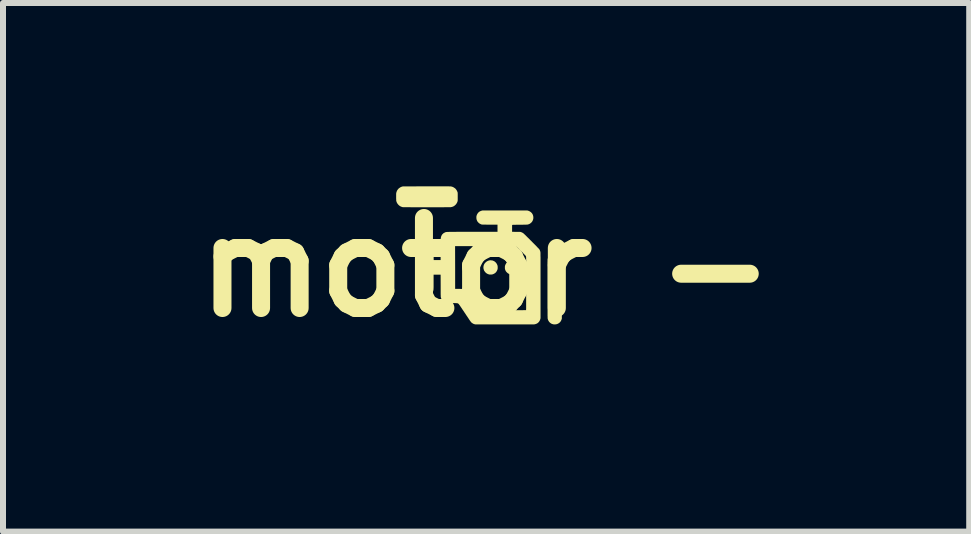
<source format=kicad_pcb>
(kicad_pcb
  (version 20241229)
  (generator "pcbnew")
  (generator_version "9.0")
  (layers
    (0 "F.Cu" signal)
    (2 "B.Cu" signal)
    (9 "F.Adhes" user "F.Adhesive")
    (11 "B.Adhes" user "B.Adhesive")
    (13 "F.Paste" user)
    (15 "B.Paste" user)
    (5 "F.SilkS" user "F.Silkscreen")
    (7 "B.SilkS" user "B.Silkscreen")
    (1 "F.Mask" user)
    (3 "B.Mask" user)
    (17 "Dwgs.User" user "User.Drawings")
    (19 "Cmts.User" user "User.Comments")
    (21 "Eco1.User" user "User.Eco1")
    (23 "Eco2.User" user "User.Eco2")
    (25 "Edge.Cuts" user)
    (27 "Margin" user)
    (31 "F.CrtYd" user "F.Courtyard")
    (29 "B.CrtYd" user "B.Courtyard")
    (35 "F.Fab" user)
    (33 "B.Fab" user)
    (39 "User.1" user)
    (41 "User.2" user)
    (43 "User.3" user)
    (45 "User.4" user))
  (footprint "motor -"
    (layer "F.Cu")
    (at 5.05 1.404)
    (property "Reference" "motor -" (at 0 0 0) (layer "F.SilkS") (effects (font (size 1.5 1.5) (thickness 0.3))))
    (attr board_only exclude_from_pos_files exclude_from_bom)
    (fp_poly (pts (xy -0.268 -0.116) (xy -0.251 -0.113) (xy -0.234 -0.107) (xy -0.218 -0.099) (xy -0.204 -0.089) (xy -0.191 -0.076) (xy -0.181 -0.062) (xy -0.172 -0.046) (xy -0.169 -0.037) (xy -0.164 -0.019) (xy -0.162 -0.001) (xy -0.163 0.016) (xy -0.166 0.033) (xy -0.171 0.049) (xy -0.179 0.064) (xy -0.188 0.078) (xy -0.2 0.09) (xy -0.213 0.101) (xy -0.228 0.11) (xy -0.245 0.116) (xy -0.256 0.119) (xy -0.267 0.121) (xy -0.279 0.121) (xy -0.292 0.121) (xy -0.303 0.119) (xy -0.31 0.118) (xy -0.326 0.113) (xy -0.342 0.104) (xy -0.357 0.094) (xy -0.37 0.082) (xy -0.381 0.067) (xy -0.39 0.052) (xy -0.397 0.035) (xy -0.397 0.035) (xy -0.398 0.03) (xy -0.399 0.025) (xy -0.4 0.02) (xy -0.4 0.013) (xy -0.4 0.005) (xy -0.4 0.004) (xy -0.4 -0.008) (xy -0.399 -0.017) (xy -0.398 -0.026) (xy -0.395 -0.034) (xy -0.392 -0.042) (xy -0.388 -0.05) (xy -0.379 -0.066) (xy -0.367 -0.08) (xy -0.354 -0.092) (xy -0.339 -0.102) (xy -0.323 -0.109) (xy -0.305 -0.114) (xy -0.287 -0.116) (xy -0.287 -0.116)) (stroke (width 0) (type solid)) (fill yes) (layer "F.SilkS"))
    (fp_poly (pts (xy 0.079 -0.117) (xy 0.081 -0.116) (xy 0.094 -0.115) (xy 0.104 -0.114) (xy 0.114 -0.111) (xy 0.124 -0.106) (xy 0.125 -0.106) (xy 0.142 -0.097) (xy 0.156 -0.085) (xy 0.168 -0.072) (xy 0.178 -0.057) (xy 0.186 -0.04) (xy 0.191 -0.026) (xy 0.192 -0.017) (xy 0.193 -0.005) (xy 0.193 0.007) (xy 0.193 0.018) (xy 0.191 0.029) (xy 0.189 0.038) (xy 0.182 0.055) (xy 0.173 0.071) (xy 0.162 0.085) (xy 0.149 0.097) (xy 0.134 0.106) (xy 0.118 0.114) (xy 0.101 0.119) (xy 0.092 0.12) (xy 0.083 0.121) (xy 0.072 0.121) (xy 0.062 0.121) (xy 0.054 0.12) (xy 0.051 0.119) (xy 0.033 0.114) (xy 0.016 0.106) (xy 0.001 0.096) (xy -0.012 0.084) (xy -0.023 0.07) (xy -0.033 0.055) (xy -0.039 0.038) (xy -0.04 0.034) (xy -0.043 0.025) (xy -0.044 0.014) (xy -0.045 0.002) (xy -0.044 -0.009) (xy -0.043 -0.018) (xy -0.039 -0.035) (xy -0.032 -0.051) (xy -0.023 -0.066) (xy -0.011 -0.079) (xy 0.002 -0.091) (xy 0.017 -0.101) (xy 0.033 -0.109) (xy 0.05 -0.114) (xy 0.053 -0.115) (xy 0.061 -0.116) (xy 0.07 -0.117)) (stroke (width 0) (type solid)) (fill yes) (layer "F.SilkS"))
    (fp_poly (pts (xy 0.443 -0.116) (xy 0.452 -0.115) (xy 0.461 -0.114) (xy 0.469 -0.111) (xy 0.477 -0.108) (xy 0.484 -0.105) (xy 0.5 -0.095) (xy 0.514 -0.084) (xy 0.525 -0.071) (xy 0.535 -0.056) (xy 0.538 -0.05) (xy 0.543 -0.038) (xy 0.547 -0.027) (xy 0.549 -0.016) (xy 0.55 -0.004) (xy 0.55 0.004) (xy 0.549 0.019) (xy 0.547 0.034) (xy 0.542 0.047) (xy 0.54 0.053) (xy 0.531 0.069) (xy 0.52 0.083) (xy 0.507 0.096) (xy 0.492 0.106) (xy 0.476 0.113) (xy 0.458 0.119) (xy 0.457 0.119) (xy 0.449 0.12) (xy 0.439 0.121) (xy 0.429 0.121) (xy 0.419 0.121) (xy 0.41 0.12) (xy 0.407 0.119) (xy 0.389 0.114) (xy 0.373 0.106) (xy 0.358 0.096) (xy 0.345 0.084) (xy 0.333 0.071) (xy 0.324 0.056) (xy 0.321 0.048) (xy 0.317 0.038) (xy 0.315 0.029) (xy 0.313 0.019) (xy 0.313 0.009) (xy 0.313 0.003) (xy 0.313 -0.009) (xy 0.314 -0.02) (xy 0.316 -0.029) (xy 0.32 -0.039) (xy 0.325 -0.05) (xy 0.334 -0.066) (xy 0.345 -0.08) (xy 0.358 -0.091) (xy 0.373 -0.101) (xy 0.379 -0.105) (xy 0.388 -0.109) (xy 0.396 -0.112) (xy 0.404 -0.114) (xy 0.412 -0.115) (xy 0.422 -0.116) (xy 0.431 -0.116)) (stroke (width 0) (type solid)) (fill yes) (layer "F.SilkS"))
    (fp_poly (pts (xy 1.157 -0.234) (xy 1.174 -0.231) (xy 1.19 -0.226) (xy 1.192 -0.225) (xy 1.208 -0.216) (xy 1.223 -0.205) (xy 1.235 -0.192) (xy 1.246 -0.178) (xy 1.254 -0.162) (xy 1.259 -0.145) (xy 1.261 -0.135) (xy 1.261 -0.132) (xy 1.261 -0.128) (xy 1.262 -0.122) (xy 1.262 -0.114) (xy 1.262 -0.104) (xy 1.262 -0.092) (xy 1.262 -0.077) (xy 1.262 -0.06) (xy 1.262 -0.041) (xy 1.262 -0.02) (xy 1.262 0.004) (xy 1.262 0.03) (xy 1.262 0.059) (xy 1.262 0.09) (xy 1.262 0.124) (xy 1.262 0.161) (xy 1.262 0.2) (xy 1.262 0.241) (xy 1.262 0.286) (xy 1.262 0.333) (xy 1.262 0.366) (xy 1.262 0.855) (xy 1.258 0.868) (xy 1.251 0.885) (xy 1.243 0.9) (xy 1.232 0.914) (xy 1.22 0.925) (xy 1.22 0.926) (xy 1.211 0.932) (xy 1.201 0.937) (xy 1.19 0.943) (xy 1.179 0.947) (xy 1.174 0.948) (xy 1.164 0.95) (xy 1.153 0.951) (xy 1.142 0.952) (xy 1.131 0.951) (xy 1.126 0.951) (xy 1.108 0.947) (xy 1.091 0.941) (xy 1.076 0.932) (xy 1.062 0.921) (xy 1.05 0.908) (xy 1.04 0.893) (xy 1.032 0.877) (xy 1.027 0.859) (xy 1.026 0.857) (xy 1.026 0.856) (xy 1.026 0.855) (xy 1.026 0.853) (xy 1.026 0.851) (xy 1.025 0.849) (xy 1.025 0.846) (xy 1.025 0.842) (xy 1.025 0.838) (xy 1.025 0.833) (xy 1.025 0.827) (xy 1.025 0.82) (xy 1.024 0.812) (xy 1.024 0.803) (xy 1.024 0.792) (xy 1.024 0.781) (xy 1.024 0.767) (xy 1.024 0.752) (xy 1.024 0.736) (xy 1.024 0.718) (xy 1.024 0.698) (xy 1.024 0.676) (xy 1.024 0.652) (xy 1.024 0.626) (xy 1.024 0.597) (xy 1.024 0.567) (xy 1.024 0.534) (xy 1.024 0.498) (xy 1.024 0.46) (xy 1.024 0.42) (xy 1.024 0.376) (xy 1.024 0.359) (xy 1.024 0.315) (xy 1.024 0.273) (xy 1.024 0.234) (xy 1.024 0.198) (xy 1.024 0.164) (xy 1.024 0.132) (xy 1.024 0.103) (xy 1.024 0.076) (xy 1.024 0.052) (xy 1.024 0.029) (xy 1.024 0.008) (xy 1.024 -0.011) (xy 1.024 -0.028) (xy 1.024 -0.043) (xy 1.024 -0.057) (xy 1.024 -0.07) (xy 1.024 -0.081) (xy 1.024 -0.09) (xy 1.025 -0.099) (xy 1.025 -0.106) (xy 1.025 -0.112) (xy 1.025 -0.118) (xy 1.025 -0.122) (xy 1.025 -0.126) (xy 1.025 -0.129) (xy 1.026 -0.132) (xy 1.026 -0.134) (xy 1.026 -0.135) (xy 1.026 -0.137) (xy 1.026 -0.138) (xy 1.026 -0.138) (xy 1.032 -0.157) (xy 1.039 -0.174) (xy 1.049 -0.189) (xy 1.06 -0.202) (xy 1.074 -0.213) (xy 1.088 -0.221) (xy 1.105 -0.228) (xy 1.122 -0.233) (xy 1.14 -0.235)) (stroke (width 0) (type solid)) (fill yes) (layer "F.SilkS"))
    (fp_poly (pts (xy -0.799 -1.349) (xy -0.769 -1.349) (xy -0.74 -1.349) (xy -0.715 -1.349) (xy -0.692 -1.349) (xy -0.671 -1.349) (xy -0.653 -1.349) (xy -0.637 -1.349) (xy -0.623 -1.349) (xy -0.612 -1.348) (xy -0.603 -1.348) (xy -0.596 -1.348) (xy -0.591 -1.348) (xy -0.589 -1.348) (xy -0.589 -1.348) (xy -0.571 -1.344) (xy -0.553 -1.338) (xy -0.537 -1.329) (xy -0.522 -1.319) (xy -0.515 -1.314) (xy -0.504 -1.302) (xy -0.495 -1.29) (xy -0.487 -1.277) (xy -0.485 -1.272) (xy -0.482 -1.266) (xy -0.48 -1.261) (xy -0.478 -1.257) (xy -0.476 -1.252) (xy -0.475 -1.248) (xy -0.474 -1.242) (xy -0.474 -1.236) (xy -0.473 -1.229) (xy -0.473 -1.22) (xy -0.473 -1.21) (xy -0.473 -1.197) (xy -0.473 -1.182) (xy -0.473 -1.175) (xy -0.473 -1.158) (xy -0.473 -1.145) (xy -0.473 -1.133) (xy -0.473 -1.124) (xy -0.473 -1.116) (xy -0.474 -1.11) (xy -0.475 -1.104) (xy -0.476 -1.099) (xy -0.477 -1.095) (xy -0.479 -1.09) (xy -0.481 -1.086) (xy -0.483 -1.08) (xy -0.484 -1.078) (xy -0.494 -1.061) (xy -0.505 -1.046) (xy -0.519 -1.033) (xy -0.534 -1.021) (xy -0.551 -1.012) (xy -0.569 -1.006) (xy -0.588 -1.002) (xy -0.588 -1.002) (xy -0.59 -1.001) (xy -0.595 -1.001) (xy -0.603 -1.001) (xy -0.614 -1.001) (xy -0.626 -1.001) (xy -0.641 -1.001) (xy -0.657 -1.001) (xy -0.676 -1.001) (xy -0.696 -1.001) (xy -0.718 -1) (xy -0.741 -1) (xy -0.766 -1) (xy -0.792 -1) (xy -0.818 -1) (xy -0.846 -1) (xy -0.874 -1) (xy -0.903 -1) (xy -0.932 -1) (xy -0.962 -1) (xy -0.991 -1) (xy -1.021 -1) (xy -1.05 -1) (xy -1.079 -1) (xy -1.108 -1) (xy -1.136 -1) (xy -1.163 -1) (xy -1.19 -1) (xy -1.215 -1) (xy -1.24 -1) (xy -1.262 -1.001) (xy -1.284 -1.001) (xy -1.304 -1.001) (xy -1.322 -1.001) (xy -1.338 -1.001) (xy -1.352 -1.001) (xy -1.364 -1.001) (xy -1.373 -1.001) (xy -1.381 -1.001) (xy -1.385 -1.002) (xy -1.387 -1.002) (xy -1.395 -1.003) (xy -1.404 -1.006) (xy -1.414 -1.01) (xy -1.423 -1.014) (xy -1.43 -1.017) (xy -1.445 -1.027) (xy -1.46 -1.04) (xy -1.472 -1.054) (xy -1.483 -1.07) (xy -1.491 -1.087) (xy -1.495 -1.1) (xy -1.496 -1.103) (xy -1.497 -1.106) (xy -1.497 -1.11) (xy -1.498 -1.113) (xy -1.498 -1.118) (xy -1.498 -1.124) (xy -1.498 -1.131) (xy -1.499 -1.141) (xy -1.499 -1.152) (xy -1.499 -1.166) (xy -1.499 -1.17) (xy -1.499 -1.184) (xy -1.499 -1.197) (xy -1.499 -1.206) (xy -1.499 -1.214) (xy -1.499 -1.221) (xy -1.499 -1.226) (xy -1.498 -1.231) (xy -1.498 -1.234) (xy -1.497 -1.238) (xy -1.497 -1.241) (xy -1.491 -1.26) (xy -1.484 -1.278) (xy -1.473 -1.294) (xy -1.461 -1.309) (xy -1.449 -1.319) (xy -1.439 -1.326) (xy -1.43 -1.332) (xy -1.42 -1.337) (xy -1.409 -1.342) (xy -1.398 -1.345) (xy -1.387 -1.348) (xy -0.994 -1.349) (xy -0.95 -1.349) (xy -0.908 -1.349) (xy -0.869 -1.349) (xy -0.833 -1.349)) (stroke (width 0) (type solid)) (fill yes) (layer "F.SilkS"))
    (fp_poly (pts (xy 0.697 -0.944) (xy 0.715 -0.938) (xy 0.731 -0.929) (xy 0.746 -0.919) (xy 0.759 -0.906) (xy 0.761 -0.904) (xy 0.771 -0.89) (xy 0.779 -0.874) (xy 0.784 -0.857) (xy 0.787 -0.839) (xy 0.787 -0.83) (xy 0.787 -0.817) (xy 0.785 -0.804) (xy 0.782 -0.793) (xy 0.777 -0.781) (xy 0.775 -0.775) (xy 0.766 -0.76) (xy 0.755 -0.747) (xy 0.741 -0.735) (xy 0.727 -0.725) (xy 0.713 -0.719) (xy 0.709 -0.717) (xy 0.705 -0.716) (xy 0.701 -0.715) (xy 0.698 -0.714) (xy 0.693 -0.713) (xy 0.689 -0.712) (xy 0.683 -0.712) (xy 0.676 -0.711) (xy 0.669 -0.711) (xy 0.659 -0.71) (xy 0.648 -0.71) (xy 0.636 -0.71) (xy 0.621 -0.71) (xy 0.604 -0.709) (xy 0.585 -0.709) (xy 0.563 -0.709) (xy 0.557 -0.709) (xy 0.535 -0.709) (xy 0.517 -0.709) (xy 0.5 -0.709) (xy 0.486 -0.708) (xy 0.474 -0.708) (xy 0.464 -0.708) (xy 0.456 -0.708) (xy 0.45 -0.708) (xy 0.445 -0.707) (xy 0.441 -0.707) (xy 0.439 -0.707) (xy 0.437 -0.707) (xy 0.436 -0.706) (xy 0.435 -0.706) (xy 0.435 -0.705) (xy 0.434 -0.704) (xy 0.434 -0.702) (xy 0.434 -0.699) (xy 0.433 -0.695) (xy 0.433 -0.689) (xy 0.433 -0.682) (xy 0.433 -0.672) (xy 0.433 -0.66) (xy 0.433 -0.648) (xy 0.433 -0.592) (xy 0.454 -0.591) (xy 0.461 -0.591) (xy 0.471 -0.591) (xy 0.482 -0.59) (xy 0.494 -0.59) (xy 0.506 -0.59) (xy 0.519 -0.59) (xy 0.521 -0.59) (xy 0.534 -0.59) (xy 0.544 -0.591) (xy 0.552 -0.59) (xy 0.559 -0.59) (xy 0.564 -0.59) (xy 0.568 -0.59) (xy 0.571 -0.589) (xy 0.574 -0.589) (xy 0.577 -0.588) (xy 0.578 -0.588) (xy 0.594 -0.582) (xy 0.61 -0.574) (xy 0.619 -0.568) (xy 0.622 -0.566) (xy 0.626 -0.562) (xy 0.632 -0.557) (xy 0.64 -0.549) (xy 0.649 -0.541) (xy 0.659 -0.531) (xy 0.671 -0.519) (xy 0.683 -0.507) (xy 0.696 -0.494) (xy 0.71 -0.481) (xy 0.724 -0.467) (xy 0.738 -0.452) (xy 0.753 -0.438) (xy 0.767 -0.423) (xy 0.782 -0.408) (xy 0.796 -0.394) (xy 0.81 -0.38) (xy 0.823 -0.367) (xy 0.835 -0.355) (xy 0.846 -0.343) (xy 0.856 -0.332) (xy 0.865 -0.323) (xy 0.873 -0.315) (xy 0.879 -0.309) (xy 0.883 -0.304) (xy 0.886 -0.301) (xy 0.886 -0.301) (xy 0.895 -0.285) (xy 0.901 -0.268) (xy 0.904 -0.257) (xy 0.905 -0.256) (xy 0.905 -0.254) (xy 0.905 -0.253) (xy 0.905 -0.251) (xy 0.905 -0.249) (xy 0.905 -0.246) (xy 0.906 -0.243) (xy 0.906 -0.239) (xy 0.906 -0.234) (xy 0.906 -0.228) (xy 0.906 -0.221) (xy 0.906 -0.214) (xy 0.906 -0.205) (xy 0.906 -0.195) (xy 0.906 -0.184) (xy 0.907 -0.171) (xy 0.907 -0.157) (xy 0.907 -0.142) (xy 0.907 -0.124) (xy 0.907 -0.105) (xy 0.907 -0.084) (xy 0.907 -0.062) (xy 0.907 -0.037) (xy 0.907 -0.01) (xy 0.907 0.019) (xy 0.907 0.05) (xy 0.907 0.083) (xy 0.907 0.119) (xy 0.907 0.158) (xy 0.907 0.199) (xy 0.907 0.243) (xy 0.907 0.289) (xy 0.907 0.301) (xy 0.907 0.846) (xy 0.904 0.86) (xy 0.898 0.878) (xy 0.89 0.895) (xy 0.88 0.909) (xy 0.868 0.922) (xy 0.854 0.933) (xy 0.838 0.941) (xy 0.821 0.947) (xy 0.802 0.951) (xy 0.802 0.951) (xy 0.799 0.951) (xy 0.794 0.951) (xy 0.787 0.951) (xy 0.778 0.951) (xy 0.767 0.952) (xy 0.753 0.952) (xy 0.736 0.952) (xy 0.717 0.952) (xy 0.696 0.952) (xy 0.672 0.952) (xy 0.646 0.952) (xy 0.617 0.952) (xy 0.586 0.952) (xy 0.551 0.952) (xy 0.515 0.952) (xy 0.475 0.952) (xy 0.433 0.952) (xy 0.388 0.952) (xy 0.34 0.952) (xy 0.307 0.952) (xy 0.262 0.952) (xy 0.22 0.952) (xy 0.18 0.952) (xy 0.144 0.952) (xy 0.109 0.952) (xy 0.077 0.952) (xy 0.048 0.952) (xy 0.02 0.952) (xy -0.005 0.952) (xy -0.028 0.952) (xy -0.049 0.952) (xy -0.068 0.952) (xy -0.086 0.952) (xy -0.101 0.952) (xy -0.115 0.952) (xy -0.127 0.952) (xy -0.138 0.951) (xy -0.148 0.951) (xy -0.156 0.951) (xy -0.163 0.951) (xy -0.169 0.951) (xy -0.174 0.951) (xy -0.178 0.951) (xy -0.181 0.951) (xy -0.183 0.95) (xy -0.185 0.95) (xy -0.185 0.95) (xy -0.202 0.946) (xy -0.219 0.938) (xy -0.234 0.928) (xy -0.248 0.917) (xy -0.25 0.914) (xy -0.252 0.911) (xy -0.256 0.907) (xy -0.26 0.901) (xy -0.265 0.894) (xy -0.271 0.886) (xy -0.278 0.876) (xy -0.286 0.864) (xy -0.295 0.85) (xy -0.305 0.835) (xy -0.317 0.817) (xy -0.331 0.797) (xy -0.339 0.784) (xy -0.355 0.761) (xy -0.369 0.739) (xy -0.382 0.72) (xy -0.394 0.703) (xy -0.404 0.687) (xy -0.413 0.674) (xy -0.421 0.662) (xy -0.428 0.652) (xy -0.434 0.643) (xy -0.439 0.635) (xy -0.444 0.629) (xy -0.448 0.624) (xy -0.451 0.619) (xy -0.453 0.616) (xy -0.456 0.613) (xy -0.457 0.611) (xy -0.459 0.61) (xy -0.46 0.608) (xy -0.462 0.607) (xy -0.463 0.607) (xy -0.466 0.605) (xy -0.468 0.603) (xy -0.471 0.602) (xy -0.474 0.6) (xy -0.477 0.599) (xy -0.481 0.599) (xy -0.486 0.598) (xy -0.492 0.598) (xy -0.499 0.597) (xy -0.508 0.597) (xy -0.519 0.597) (xy -0.532 0.596) (xy -0.547 0.596) (xy -0.565 0.596) (xy -0.571 0.596) (xy -0.59 0.596) (xy -0.606 0.596) (xy -0.62 0.595) (xy -0.632 0.595) (xy -0.642 0.595) (xy -0.651 0.594) (xy -0.658 0.594) (xy -0.664 0.593) (xy -0.669 0.592) (xy -0.674 0.591) (xy -0.678 0.589) (xy -0.682 0.588) (xy -0.686 0.586) (xy -0.691 0.583) (xy -0.693 0.582) (xy -0.708 0.574) (xy -0.721 0.564) (xy -0.731 0.553) (xy -0.74 0.539) (xy -0.747 0.523) (xy -0.753 0.505) (xy -0.754 0.501) (xy -0.755 0.499) (xy -0.755 0.497) (xy -0.755 0.495) (xy -0.755 0.492) (xy -0.756 0.488) (xy -0.756 0.484) (xy -0.756 0.478) (xy -0.756 0.471) (xy -0.756 0.463) (xy -0.757 0.454) (xy -0.757 0.443) (xy -0.757 0.43) (xy -0.757 0.415) (xy -0.757 0.398) (xy -0.757 0.379) (xy -0.757 0.357) (xy -0.757 0.333) (xy -0.757 0.306) (xy -0.758 0.123) (xy -0.816 0.123) (xy -0.875 0.123) (xy -0.875 0.218) (xy -0.875 0.246) (xy -0.875 0.272) (xy -0.875 0.294) (xy -0.875 0.315) (xy -0.875 0.332) (xy -0.876 0.347) (xy -0.876 0.36) (xy -0.877 0.371) (xy -0.878 0.379) (xy -0.879 0.386) (xy -0.88 0.388) (xy -0.884 0.402) (xy -0.891 0.417) (xy -0.899 0.43) (xy -0.908 0.441) (xy -0.919 0.451) (xy -0.931 0.46) (xy -0.945 0.467) (xy -0.959 0.473) (xy -0.964 0.474) (xy -0.972 0.476) (xy -0.982 0.477) (xy -0.994 0.477) (xy -1.005 0.477) (xy -1.015 0.476) (xy -1.024 0.474) (xy -1.026 0.474) (xy -1.044 0.467) (xy -1.06 0.458) (xy -1.074 0.447) (xy -1.086 0.434) (xy -1.096 0.419) (xy -1.104 0.403) (xy -1.109 0.387) (xy -1.109 0.386) (xy -1.11 0.385) (xy -1.11 0.384) (xy -1.11 0.382) (xy -1.11 0.379) (xy -1.111 0.376) (xy -1.111 0.373) (xy -1.111 0.368) (xy -1.111 0.363) (xy -1.111 0.357) (xy -1.111 0.35) (xy -1.111 0.341) (xy -1.111 0.331) (xy -1.112 0.32) (xy -1.112 0.307) (xy -1.112 0.293) (xy -1.112 0.277) (xy -1.112 0.259) (xy -1.112 0.239) (xy -1.112 0.217) (xy -1.112 0.192) (xy -1.112 0.166) (xy -1.112 0.137) (xy -1.112 0.106) (xy -1.112 0.072) (xy -1.112 0.036) (xy -1.112 0.002) (xy -1.112 -0.373) (xy -1.108 -0.386) (xy -1.101 -0.404) (xy -1.092 -0.42) (xy -1.082 -0.434) (xy -1.076 -0.44) (xy -1.061 -0.452) (xy -1.047 -0.461) (xy -1.031 -0.468) (xy -1.014 -0.472) (xy -0.996 -0.473) (xy -0.989 -0.473) (xy -0.977 -0.472) (xy -0.967 -0.471) (xy -0.958 -0.468) (xy -0.949 -0.465) (xy -0.941 -0.461) (xy -0.935 -0.458) (xy -0.93 -0.454) (xy -0.925 -0.451) (xy -0.92 -0.446) (xy -0.913 -0.44) (xy -0.913 -0.439) (xy -0.907 -0.433) (xy -0.902 -0.428) (xy -0.899 -0.424) (xy -0.896 -0.419) (xy -0.892 -0.413) (xy -0.89 -0.408) (xy -0.887 -0.403) (xy -0.885 -0.398) (xy -0.883 -0.394) (xy -0.882 -0.389) (xy -0.88 -0.384) (xy -0.879 -0.378) (xy -0.878 -0.372) (xy -0.877 -0.365) (xy -0.876 -0.357) (xy -0.876 -0.347) (xy -0.875 -0.336) (xy -0.875 -0.324) (xy -0.875 -0.309) (xy -0.875 -0.292) (xy -0.875 -0.273) (xy -0.875 -0.252) (xy -0.875 -0.23) (xy -0.875 -0.21) (xy -0.874 -0.191) (xy -0.874 -0.175) (xy -0.874 -0.16) (xy -0.874 -0.148) (xy -0.874 -0.138) (xy -0.874 -0.13) (xy -0.873 -0.126) (xy -0.873 -0.123) (xy -0.872 -0.12) (xy -0.815 -0.12) (xy -0.758 -0.12) (xy -0.758 -0.293) (xy -0.758 -0.32) (xy -0.758 -0.345) (xy -0.757 -0.352) (xy -0.517 -0.352) (xy -0.516 0.003) (xy -0.516 0.359) (xy -0.448 0.359) (xy -0.432 0.36) (xy -0.419 0.36) (xy -0.407 0.36) (xy -0.398 0.36) (xy -0.391 0.36) (xy -0.384 0.361) (xy -0.379 0.361) (xy -0.375 0.362) (xy -0.371 0.363) (xy -0.367 0.364) (xy -0.363 0.365) (xy -0.359 0.367) (xy -0.358 0.367) (xy -0.345 0.373) (xy -0.333 0.381) (xy -0.32 0.391) (xy -0.31 0.402) (xy -0.308 0.404) (xy -0.306 0.406) (xy -0.303 0.411) (xy -0.298 0.418) (xy -0.292 0.426) (xy -0.285 0.437) (xy -0.277 0.449) (xy -0.268 0.462) (xy -0.258 0.477) (xy -0.248 0.493) (xy -0.236 0.51) (xy -0.225 0.527) (xy -0.213 0.546) (xy -0.206 0.555) (xy -0.191 0.579) (xy -0.176 0.6) (xy -0.163 0.62) (xy -0.152 0.637) (xy -0.142 0.652) (xy -0.133 0.664) (xy -0.126 0.675) (xy -0.119 0.684) (xy -0.114 0.692) (xy -0.11 0.697) (xy -0.107 0.701) (xy -0.105 0.703) (xy -0.105 0.703) (xy -0.098 0.709) (xy -0.09 0.712) (xy -0.089 0.713) (xy -0.088 0.713) (xy -0.087 0.713) (xy -0.086 0.714) (xy -0.084 0.714) (xy -0.082 0.714) (xy -0.08 0.714) (xy -0.077 0.714) (xy -0.073 0.715) (xy -0.069 0.715) (xy -0.063 0.715) (xy -0.057 0.715) (xy -0.049 0.715) (xy -0.04 0.715) (xy -0.03 0.715) (xy -0.018 0.715) (xy -0.005 0.715) (xy 0.01 0.715) (xy 0.027 0.715) (xy 0.045 0.715) (xy 0.066 0.715) (xy 0.088 0.715) (xy 0.113 0.715) (xy 0.141 0.715) (xy 0.17 0.715) (xy 0.202 0.715) (xy 0.237 0.715) (xy 0.274 0.715) (xy 0.292 0.715) (xy 0.325 0.715) (xy 0.357 0.715) (xy 0.388 0.715) (xy 0.418 0.715) (xy 0.447 0.715) (xy 0.474 0.715) (xy 0.501 0.715) (xy 0.525 0.715) (xy 0.549 0.715) (xy 0.57 0.715) (xy 0.59 0.715) (xy 0.607 0.715) (xy 0.623 0.714) (xy 0.636 0.714) (xy 0.647 0.714) (xy 0.656 0.714) (xy 0.662 0.714) (xy 0.665 0.714) (xy 0.666 0.714) (xy 0.666 0.712) (xy 0.666 0.708) (xy 0.666 0.701) (xy 0.667 0.692) (xy 0.667 0.68) (xy 0.667 0.665) (xy 0.667 0.649) (xy 0.667 0.63) (xy 0.667 0.61) (xy 0.667 0.587) (xy 0.667 0.563) (xy 0.667 0.537) (xy 0.667 0.509) (xy 0.667 0.48) (xy 0.668 0.45) (xy 0.668 0.419) (xy 0.668 0.386) (xy 0.668 0.352) (xy 0.668 0.318) (xy 0.668 0.283) (xy 0.668 0.273) (xy 0.668 0.23) (xy 0.668 0.19) (xy 0.668 0.153) (xy 0.668 0.118) (xy 0.668 0.086) (xy 0.668 0.057) (xy 0.668 0.029) (xy 0.668 0.004) (xy 0.668 -0.019) (xy 0.668 -0.04) (xy 0.668 -0.059) (xy 0.668 -0.077) (xy 0.668 -0.092) (xy 0.668 -0.106) (xy 0.668 -0.119) (xy 0.667 -0.13) (xy 0.667 -0.14) (xy 0.667 -0.148) (xy 0.667 -0.155) (xy 0.667 -0.162) (xy 0.666 -0.167) (xy 0.666 -0.171) (xy 0.666 -0.175) (xy 0.665 -0.178) (xy 0.665 -0.18) (xy 0.664 -0.182) (xy 0.664 -0.184) (xy 0.663 -0.185) (xy 0.663 -0.186) (xy 0.662 -0.187) (xy 0.661 -0.188) (xy 0.66 -0.189) (xy 0.66 -0.19) (xy 0.658 -0.193) (xy 0.655 -0.196) (xy 0.65 -0.202) (xy 0.643 -0.209) (xy 0.635 -0.217) (xy 0.626 -0.226) (xy 0.617 -0.236) (xy 0.607 -0.247) (xy 0.596 -0.258) (xy 0.585 -0.269) (xy 0.574 -0.28) (xy 0.563 -0.291) (xy 0.553 -0.301) (xy 0.543 -0.311) (xy 0.535 -0.319) (xy 0.527 -0.327) (xy 0.52 -0.334) (xy 0.515 -0.339) (xy 0.511 -0.342) (xy 0.51 -0.343) (xy 0.505 -0.346) (xy 0.499 -0.349) (xy 0.494 -0.351) (xy 0.484 -0.354) (xy -0.013 -0.354) (xy -0.051 -0.354) (xy -0.088 -0.354) (xy -0.124 -0.354) (xy -0.159 -0.354) (xy -0.193 -0.354) (xy -0.226 -0.353) (xy -0.258 -0.353) (xy -0.289 -0.353) (xy -0.318 -0.353) (xy -0.345 -0.353) (xy -0.371 -0.353) (xy -0.395 -0.353) (xy -0.417 -0.353) (xy -0.437 -0.353) (xy -0.455 -0.353) (xy -0.471 -0.353) (xy -0.484 -0.353) (xy -0.495 -0.353) (xy -0.504 -0.353) (xy -0.51 -0.353) (xy -0.513 -0.353) (xy -0.513 -0.353) (xy -0.517 -0.352) (xy -0.757 -0.352) (xy -0.757 -0.368) (xy -0.757 -0.389) (xy -0.757 -0.409) (xy -0.757 -0.426) (xy -0.757 -0.442) (xy -0.757 -0.455) (xy -0.757 -0.465) (xy -0.756 -0.473) (xy -0.756 -0.479) (xy -0.756 -0.481) (xy -0.754 -0.493) (xy -0.752 -0.503) (xy -0.749 -0.513) (xy -0.745 -0.524) (xy -0.743 -0.528) (xy -0.739 -0.535) (xy -0.736 -0.54) (xy -0.733 -0.545) (xy -0.729 -0.55) (xy -0.723 -0.556) (xy -0.722 -0.556) (xy -0.716 -0.562) (xy -0.711 -0.567) (xy -0.705 -0.571) (xy -0.699 -0.574) (xy -0.696 -0.576) (xy -0.691 -0.578) (xy -0.687 -0.58) (xy -0.683 -0.582) (xy -0.68 -0.584) (xy -0.676 -0.585) (xy -0.672 -0.586) (xy -0.667 -0.587) (xy -0.662 -0.588) (xy -0.655 -0.588) (xy -0.647 -0.589) (xy -0.638 -0.589) (xy -0.628 -0.589) (xy -0.615 -0.59) (xy -0.6 -0.59) (xy -0.584 -0.59) (xy -0.564 -0.59) (xy -0.543 -0.59) (xy -0.529 -0.59) (xy -0.514 -0.59) (xy -0.495 -0.591) (xy -0.475 -0.591) (xy -0.452 -0.591) (xy -0.427 -0.591) (xy -0.401 -0.591) (xy -0.374 -0.591) (xy -0.345 -0.591) (xy -0.315 -0.591) (xy -0.284 -0.591) (xy -0.253 -0.591) (xy -0.221 -0.591) (xy -0.19 -0.591) (xy -0.158 -0.591) (xy -0.126 -0.591) (xy -0.118 -0.591) (xy 0.19 -0.592) (xy 0.19 -0.651) (xy 0.19 -0.71) (xy 0.063 -0.71) (xy 0.04 -0.71) (xy 0.02 -0.71) (xy 0.003 -0.711) (xy -0.013 -0.711) (xy -0.026 -0.711) (xy -0.037 -0.711) (xy -0.047 -0.711) (xy -0.055 -0.712) (xy -0.062 -0.712) (xy -0.068 -0.713) (xy -0.072 -0.713) (xy -0.077 -0.714) (xy -0.08 -0.715) (xy -0.084 -0.716) (xy -0.087 -0.718) (xy -0.09 -0.719) (xy -0.094 -0.721) (xy -0.097 -0.723) (xy -0.105 -0.727) (xy -0.112 -0.731) (xy -0.119 -0.736) (xy -0.121 -0.738) (xy -0.133 -0.75) (xy -0.144 -0.763) (xy -0.152 -0.779) (xy -0.158 -0.795) (xy -0.159 -0.799) (xy -0.161 -0.811) (xy -0.162 -0.824) (xy -0.162 -0.838) (xy -0.161 -0.851) (xy -0.159 -0.859) (xy -0.153 -0.877) (xy -0.144 -0.893) (xy -0.134 -0.907) (xy -0.121 -0.92) (xy -0.107 -0.93) (xy -0.09 -0.938) (xy -0.072 -0.944) (xy -0.06 -0.947) (xy 0.312 -0.947) (xy 0.685 -0.947)) (stroke (width 0) (type solid)) (fill yes) (layer "F.SilkS")))
  (gr_rect
    (start -3 -3)
    (end 13.1 5.808)
    (stroke (width 0.1) (type default))
    (fill no)
    (layer "Edge.Cuts")))
</source>
